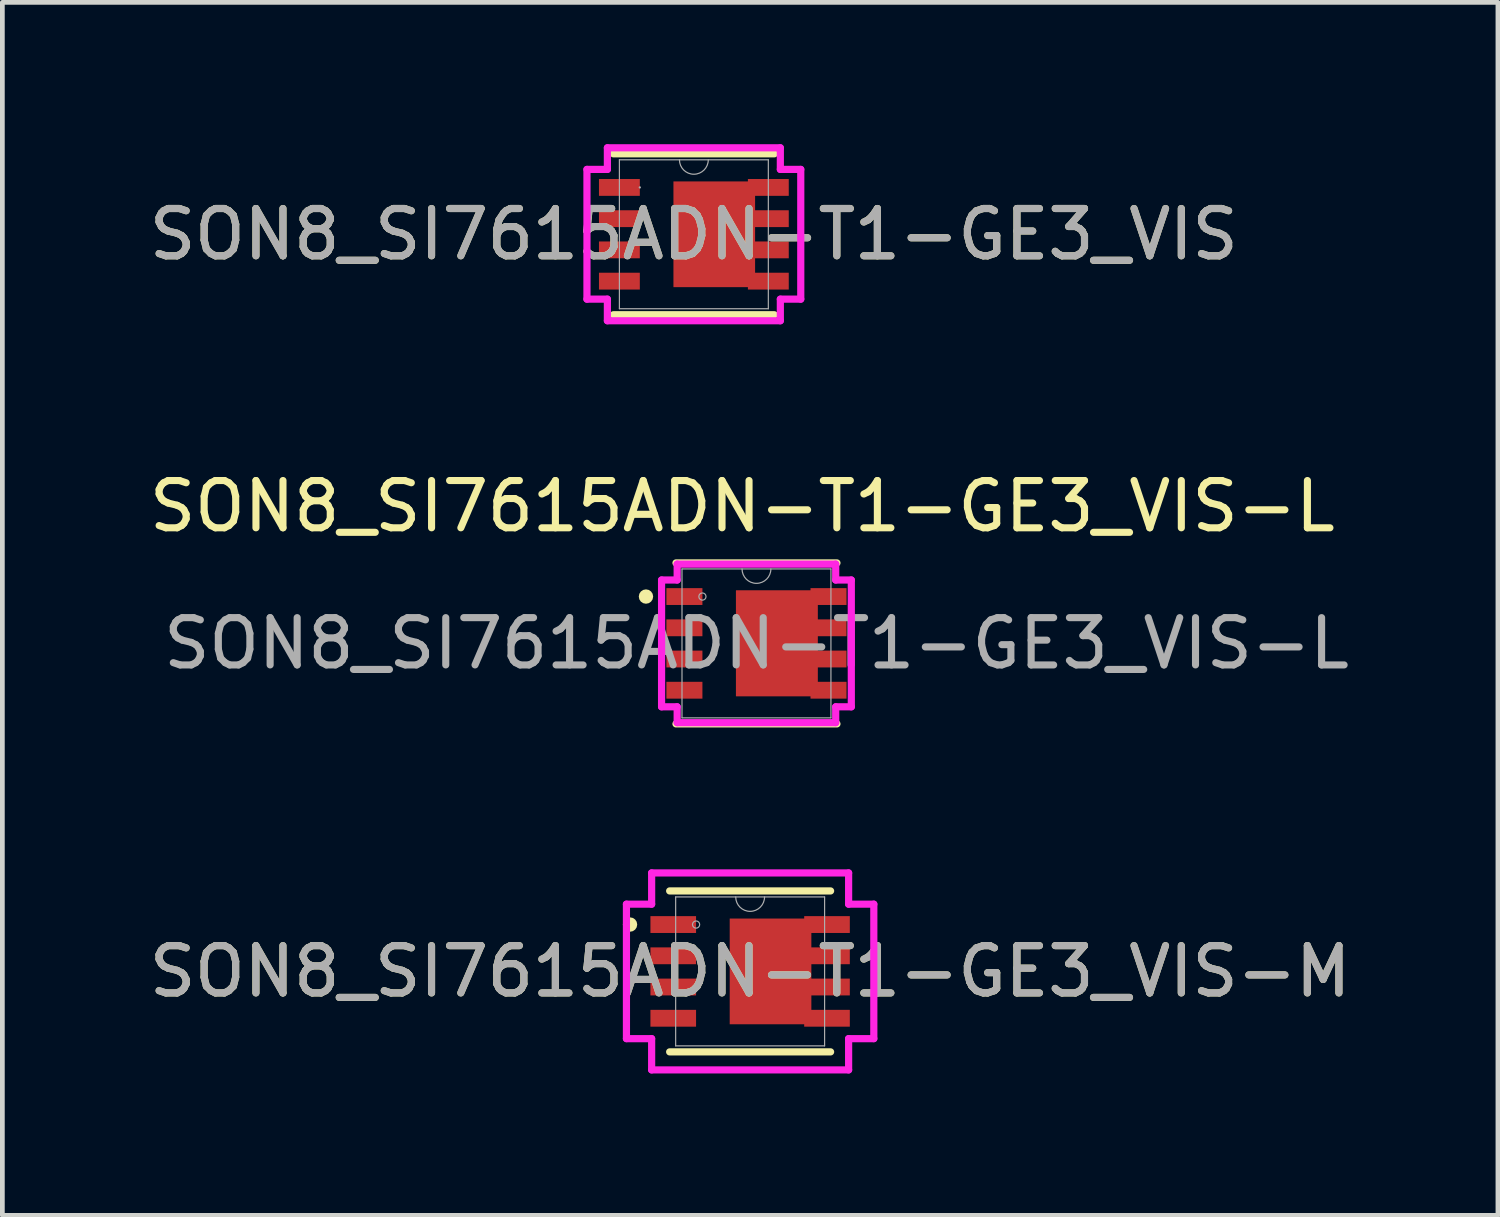
<source format=kicad_pcb>
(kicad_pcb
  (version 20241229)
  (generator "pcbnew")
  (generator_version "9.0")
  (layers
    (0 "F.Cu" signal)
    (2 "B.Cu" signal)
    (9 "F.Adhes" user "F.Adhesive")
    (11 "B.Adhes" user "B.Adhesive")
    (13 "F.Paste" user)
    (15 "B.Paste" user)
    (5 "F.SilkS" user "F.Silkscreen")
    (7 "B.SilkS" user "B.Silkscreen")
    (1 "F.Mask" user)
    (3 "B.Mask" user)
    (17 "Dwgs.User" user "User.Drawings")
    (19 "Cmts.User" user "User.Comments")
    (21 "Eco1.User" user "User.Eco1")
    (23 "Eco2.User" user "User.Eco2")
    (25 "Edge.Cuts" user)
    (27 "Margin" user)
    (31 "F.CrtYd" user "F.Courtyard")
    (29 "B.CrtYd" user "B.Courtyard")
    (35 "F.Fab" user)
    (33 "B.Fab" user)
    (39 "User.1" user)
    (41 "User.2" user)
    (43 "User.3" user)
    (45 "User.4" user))
  (footprint "SON8_SI7615ADN-T1-GE3_VIS"
    (layer "F.Cu")
    (at 11.625 1.905)
    (property "Reference" "SON8_SI7615ADN-T1-GE3_VIS" (at 0 0 0) (unlocked yes) (layer "F.SilkS") (effects (font (size 1 1) (thickness 0.15))))
    (attr smd)
    (fp_poly (pts (xy 1.295 -1.118) (xy 1.295 1.118) (xy -0.432 1.118) (xy -0.432 -1.118)) (stroke (width 0) (type solid)) (fill yes) (layer "F.Cu"))
    (fp_line (start -1.702 1.702) (end 1.702 1.702) (stroke (width 0.152) (type solid)) (layer "F.SilkS"))
    (fp_line (start 1.702 -1.702) (end -1.702 -1.702) (stroke (width 0.152) (type solid)) (layer "F.SilkS"))
    (fp_line (start -2.261 -1.372) (end -1.829 -1.372) (stroke (width 0.152) (type solid)) (layer "F.CrtYd"))
    (fp_line (start -2.261 1.372) (end -2.261 -1.372) (stroke (width 0.152) (type solid)) (layer "F.CrtYd"))
    (fp_line (start -2.261 1.372) (end -1.829 1.372) (stroke (width 0.152) (type solid)) (layer "F.CrtYd"))
    (fp_line (start -1.829 -1.829) (end 1.829 -1.829) (stroke (width 0.152) (type solid)) (layer "F.CrtYd"))
    (fp_line (start -1.829 -1.372) (end -1.829 -1.829) (stroke (width 0.152) (type solid)) (layer "F.CrtYd"))
    (fp_line (start -1.829 1.829) (end -1.829 1.372) (stroke (width 0.152) (type solid)) (layer "F.CrtYd"))
    (fp_line (start 1.829 -1.829) (end 1.829 -1.372) (stroke (width 0.152) (type solid)) (layer "F.CrtYd"))
    (fp_line (start 1.829 1.372) (end 1.829 1.829) (stroke (width 0.152) (type solid)) (layer "F.CrtYd"))
    (fp_line (start 1.829 1.829) (end -1.829 1.829) (stroke (width 0.152) (type solid)) (layer "F.CrtYd"))
    (fp_line (start 2.261 -1.372) (end 1.829 -1.372) (stroke (width 0.152) (type solid)) (layer "F.CrtYd"))
    (fp_line (start 2.261 -1.372) (end 2.261 1.372) (stroke (width 0.152) (type solid)) (layer "F.CrtYd"))
    (fp_line (start 2.261 1.372) (end 1.829 1.372) (stroke (width 0.152) (type solid)) (layer "F.CrtYd"))
    (fp_line (start -1.575 -1.575) (end -1.575 1.575) (stroke (width 0.025) (type solid)) (layer "F.Fab"))
    (fp_line (start -1.575 1.575) (end 1.575 1.575) (stroke (width 0.025) (type solid)) (layer "F.Fab"))
    (fp_line (start 1.575 -1.575) (end -1.575 -1.575) (stroke (width 0.025) (type solid)) (layer "F.Fab"))
    (fp_line (start 1.575 1.575) (end 1.575 -1.575) (stroke (width 0.025) (type solid)) (layer "F.Fab"))
    (fp_arc (start 0.3048 -1.5748) (mid 0 -1.27) (end -0.3048 -1.5748) (stroke (width 0.0254) (type solid)) (layer "F.Fab"))
    (fp_circle (center -1.143 -0.991) (end -1.143 -0.991) (stroke (width 0.025) (type solid)) (fill no) (layer "F.Fab"))
    (fp_text user "${REFERENCE}" (at 0 0 0) (unlocked yes) (layer "F.Fab") (effects (font (size 1 1) (thickness 0.15))))
    (pad "1" smd rect (at -1.575 -0.991) (size 0.864 0.356) (layers "F.Cu" "F.Mask" "F.Paste"))
    (pad "2" smd rect (at -1.575 -0.33) (size 0.864 0.356) (layers "F.Cu" "F.Mask" "F.Paste"))
    (pad "3" smd rect (at -1.575 0.33) (size 0.864 0.356) (layers "F.Cu" "F.Mask" "F.Paste"))
    (pad "4" smd rect (at -1.575 0.991) (size 0.864 0.356) (layers "F.Cu" "F.Mask" "F.Paste"))
    (pad "5" smd rect (at 1.575 0.991) (size 0.864 0.356) (layers "F.Cu" "F.Mask" "F.Paste"))
    (pad "6" smd rect (at 1.575 0.33) (size 0.864 0.356) (layers "F.Cu" "F.Mask" "F.Paste"))
    (pad "7" smd rect (at 1.575 -0.33) (size 0.864 0.356) (layers "F.Cu" "F.Mask" "F.Paste"))
    (pad "8" smd rect (at 1.575 -0.991) (size 0.864 0.356) (layers "F.Cu" "F.Mask" "F.Paste")))
  (footprint "SON8_SI7615ADN-T1-GE3_VIS-L"
    (layer "F.Cu")
    (at 12.717 10.326)
    (property "Reference" "SON8_SI7615ADN-T1-GE3_VIS-L" (at -0.068 -2.668 0) (unlocked yes) (layer "F.SilkS") (effects (font (size 1 1) (thickness 0.15))))
    (attr smd)
    (fp_rect (start -0.2 -0.886) (end 1.527 1.349) (stroke (width 0) (type solid)) (fill yes) (layer "F.Cu"))
    (fp_line (start -1.47 1.934) (end 1.934 1.934) (stroke (width 0.152) (type solid)) (layer "F.SilkS"))
    (fp_line (start 1.934 -1.47) (end -1.47 -1.47) (stroke (width 0.152) (type solid)) (layer "F.SilkS"))
    (fp_circle (center -2.105 -0.759) (end -2.029 -0.759) (stroke (width 0.152) (type solid)) (fill no) (layer "F.SilkS"))
    (fp_line (start -1.775 -1.109) (end -1.445 -1.109) (stroke (width 0.152) (type solid)) (layer "F.CrtYd"))
    (fp_line (start -1.775 1.573) (end -1.775 -1.109) (stroke (width 0.152) (type solid)) (layer "F.CrtYd"))
    (fp_line (start -1.775 1.573) (end -1.445 1.573) (stroke (width 0.152) (type solid)) (layer "F.CrtYd"))
    (fp_line (start -1.445 -1.445) (end 1.908 -1.445) (stroke (width 0.152) (type solid)) (layer "F.CrtYd"))
    (fp_line (start -1.445 -1.109) (end -1.445 -1.445) (stroke (width 0.152) (type solid)) (layer "F.CrtYd"))
    (fp_line (start -1.445 1.908) (end -1.445 1.573) (stroke (width 0.152) (type solid)) (layer "F.CrtYd"))
    (fp_line (start 1.908 -1.445) (end 1.908 -1.109) (stroke (width 0.152) (type solid)) (layer "F.CrtYd"))
    (fp_line (start 1.908 1.573) (end 1.908 1.908) (stroke (width 0.152) (type solid)) (layer "F.CrtYd"))
    (fp_line (start 1.908 1.908) (end -1.445 1.908) (stroke (width 0.152) (type solid)) (layer "F.CrtYd"))
    (fp_line (start 2.238 -1.109) (end 1.908 -1.109) (stroke (width 0.152) (type solid)) (layer "F.CrtYd"))
    (fp_line (start 2.238 -1.109) (end 2.238 1.573) (stroke (width 0.152) (type solid)) (layer "F.CrtYd"))
    (fp_line (start 2.238 1.573) (end 1.908 1.573) (stroke (width 0.152) (type solid)) (layer "F.CrtYd"))
    (fp_line (start -1.343 -1.343) (end -1.343 1.807) (stroke (width 0.025) (type solid)) (layer "F.Fab"))
    (fp_line (start -1.343 1.807) (end 1.807 1.807) (stroke (width 0.025) (type solid)) (layer "F.Fab"))
    (fp_line (start 1.807 -1.343) (end -1.343 -1.343) (stroke (width 0.025) (type solid)) (layer "F.Fab"))
    (fp_line (start 1.807 1.807) (end 1.807 -1.343) (stroke (width 0.025) (type solid)) (layer "F.Fab"))
    (fp_arc (start 0.5366 -1.343) (mid 0.2318 -1.0382) (end -0.073 -1.343) (stroke (width 0.0254) (type solid)) (layer "F.Fab"))
    (fp_circle (center -0.911 -0.759) (end -0.835 -0.759) (stroke (width 0.025) (type solid)) (fill no) (layer "F.Fab"))
    (fp_text user "${REFERENCE}" (at 0.232 0.232 0) (unlocked yes) (layer "F.Fab") (effects (font (size 1 1) (thickness 0.15))))
    (pad "1" smd rect (at 0.66 0.23) (size 1.725 2.235) (layers "F.Cu" "F.Mask" "F.Paste"))
    (pad "1" smd rect (at 1.756 -0.759) (size 0.762 0.356) (layers "F.Cu" "F.Mask" "F.Paste"))
    (pad "1" smd rect (at 1.756 -0.098) (size 0.762 0.356) (layers "F.Cu" "F.Mask" "F.Paste"))
    (pad "1" smd rect (at 1.756 0.562) (size 0.762 0.356) (layers "F.Cu" "F.Mask" "F.Paste"))
    (pad "1" smd rect (at 1.756 1.222) (size 0.762 0.356) (layers "F.Cu" "F.Mask" "F.Paste"))
    (pad "2" smd rect (at -1.292 -0.759) (size 0.762 0.356) (layers "F.Cu" "F.Mask" "F.Paste"))
    (pad "3" smd rect (at -1.292 -0.098) (size 0.762 0.356) (layers "F.Cu" "F.Mask" "F.Paste"))
    (pad "3" smd rect (at -1.292 0.562) (size 0.762 0.356) (layers "F.Cu" "F.Mask" "F.Paste"))
    (pad "3" smd rect (at -1.292 1.222) (size 0.762 0.356) (layers "F.Cu" "F.Mask" "F.Paste")))
  (footprint "SON8_SI7615ADN-T1-GE3_VIS-M"
    (layer "F.Cu")
    (at 12.815 17.495)
    (property "Reference" "SON8_SI7615ADN-T1-GE3_VIS-M" (at 0 0 0) (unlocked yes) (layer "F.SilkS") (effects (font (size 1 1) (thickness 0.15))))
    (attr smd)
    (fp_poly (pts (xy 1.295 -1.118) (xy 1.295 1.118) (xy -0.432 1.118) (xy -0.432 -1.118)) (stroke (width 0) (type solid)) (fill yes) (layer "F.Cu"))
    (fp_line (start -1.702 1.702) (end 1.702 1.702) (stroke (width 0.152) (type solid)) (layer "F.SilkS"))
    (fp_line (start 1.702 -1.702) (end -1.702 -1.702) (stroke (width 0.152) (type solid)) (layer "F.SilkS"))
    (fp_circle (center -2.54 -0.991) (end -2.464 -0.991) (stroke (width 0.152) (type solid)) (fill no) (layer "F.SilkS"))
    (fp_line (start -2.616 -1.422) (end -2.083 -1.422) (stroke (width 0.152) (type solid)) (layer "F.CrtYd"))
    (fp_line (start -2.616 1.422) (end -2.616 -1.422) (stroke (width 0.152) (type solid)) (layer "F.CrtYd"))
    (fp_line (start -2.616 1.422) (end -2.083 1.422) (stroke (width 0.152) (type solid)) (layer "F.CrtYd"))
    (fp_line (start -2.083 -2.083) (end 2.083 -2.083) (stroke (width 0.152) (type solid)) (layer "F.CrtYd"))
    (fp_line (start -2.083 -1.422) (end -2.083 -2.083) (stroke (width 0.152) (type solid)) (layer "F.CrtYd"))
    (fp_line (start -2.083 2.083) (end -2.083 1.422) (stroke (width 0.152) (type solid)) (layer "F.CrtYd"))
    (fp_line (start 2.083 -2.083) (end 2.083 -1.422) (stroke (width 0.152) (type solid)) (layer "F.CrtYd"))
    (fp_line (start 2.083 1.422) (end 2.083 2.083) (stroke (width 0.152) (type solid)) (layer "F.CrtYd"))
    (fp_line (start 2.083 2.083) (end -2.083 2.083) (stroke (width 0.152) (type solid)) (layer "F.CrtYd"))
    (fp_line (start 2.616 -1.422) (end 2.083 -1.422) (stroke (width 0.152) (type solid)) (layer "F.CrtYd"))
    (fp_line (start 2.616 -1.422) (end 2.616 1.422) (stroke (width 0.152) (type solid)) (layer "F.CrtYd"))
    (fp_line (start 2.616 1.422) (end 2.083 1.422) (stroke (width 0.152) (type solid)) (layer "F.CrtYd"))
    (fp_line (start -1.575 -1.575) (end -1.575 1.575) (stroke (width 0.025) (type solid)) (layer "F.Fab"))
    (fp_line (start -1.575 1.575) (end 1.575 1.575) (stroke (width 0.025) (type solid)) (layer "F.Fab"))
    (fp_line (start 1.575 -1.575) (end -1.575 -1.575) (stroke (width 0.025) (type solid)) (layer "F.Fab"))
    (fp_line (start 1.575 1.575) (end 1.575 -1.575) (stroke (width 0.025) (type solid)) (layer "F.Fab"))
    (fp_arc (start 0.3048 -1.5748) (mid 0 -1.27) (end -0.3048 -1.5748) (stroke (width 0.0254) (type solid)) (layer "F.Fab"))
    (fp_circle (center -1.143 -0.991) (end -1.067 -0.991) (stroke (width 0.025) (type solid)) (fill no) (layer "F.Fab"))
    (fp_text user "${REFERENCE}" (at 0 0 0) (unlocked yes) (layer "F.Fab") (effects (font (size 1 1) (thickness 0.15))))
    (pad "1" smd rect (at -1.626 -0.991) (size 0.965 0.356) (layers "F.Cu" "F.Mask" "F.Paste"))
    (pad "2" smd rect (at -1.626 -0.33) (size 0.965 0.356) (layers "F.Cu" "F.Mask" "F.Paste"))
    (pad "3" smd rect (at -1.626 0.33) (size 0.965 0.356) (layers "F.Cu" "F.Mask" "F.Paste"))
    (pad "4" smd rect (at -1.626 0.991) (size 0.965 0.356) (layers "F.Cu" "F.Mask" "F.Paste"))
    (pad "5" smd rect (at 1.626 0.991) (size 0.965 0.356) (layers "F.Cu" "F.Mask" "F.Paste"))
    (pad "6" smd rect (at 1.626 0.33) (size 0.965 0.356) (layers "F.Cu" "F.Mask" "F.Paste"))
    (pad "7" smd rect (at 1.626 -0.33) (size 0.965 0.356) (layers "F.Cu" "F.Mask" "F.Paste"))
    (pad "8" smd rect (at 1.626 -0.991) (size 0.965 0.356) (layers "F.Cu" "F.Mask" "F.Paste")))
  (gr_rect
    (start -3 -3)
    (end 28.631 22.654)
    (stroke (width 0.1) (type default))
    (fill no)
    (layer "Edge.Cuts")))
</source>
